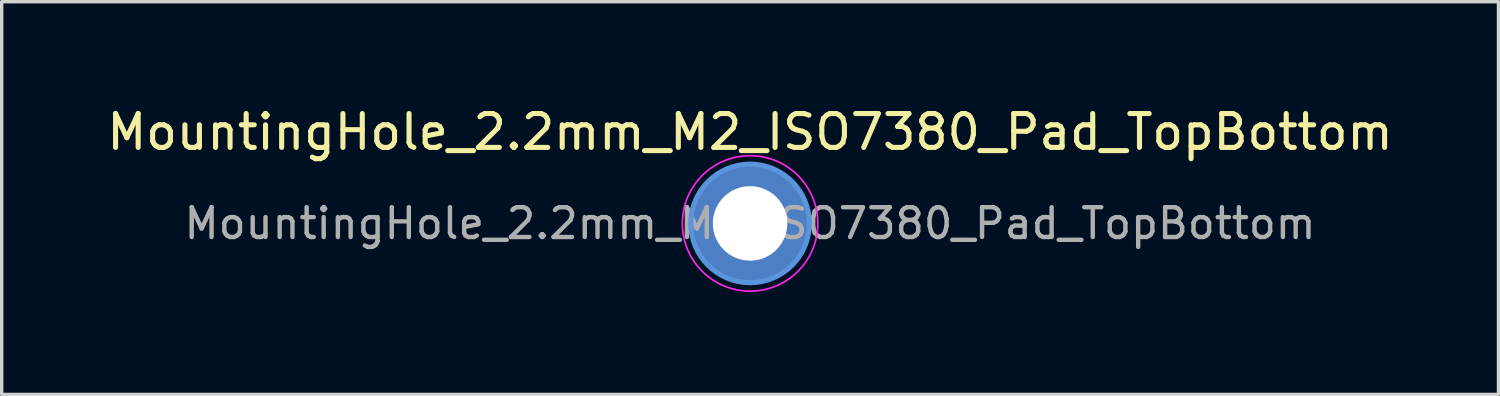
<source format=kicad_pcb>
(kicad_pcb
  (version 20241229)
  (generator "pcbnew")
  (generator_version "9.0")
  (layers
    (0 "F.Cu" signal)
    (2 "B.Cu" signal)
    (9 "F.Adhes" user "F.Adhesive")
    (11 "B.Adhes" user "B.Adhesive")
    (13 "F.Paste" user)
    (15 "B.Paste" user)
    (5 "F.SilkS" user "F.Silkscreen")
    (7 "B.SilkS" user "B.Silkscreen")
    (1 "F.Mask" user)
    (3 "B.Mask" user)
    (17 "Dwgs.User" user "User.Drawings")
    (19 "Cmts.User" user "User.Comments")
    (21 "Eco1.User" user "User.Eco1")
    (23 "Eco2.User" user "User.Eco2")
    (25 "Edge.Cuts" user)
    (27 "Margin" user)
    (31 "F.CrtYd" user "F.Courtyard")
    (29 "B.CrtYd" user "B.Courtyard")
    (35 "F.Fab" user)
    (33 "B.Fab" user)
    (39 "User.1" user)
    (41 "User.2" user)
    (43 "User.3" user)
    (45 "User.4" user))
  (footprint "MountingHole_2.2mm_M2_ISO7380_Pad_TopBottom"
    (layer "F.Cu")
    (at 19.101 3.548)
    (property "Reference" "MountingHole_2.2mm_M2_ISO7380_Pad_TopBottom" (at 0 -2.7 0) (layer "F.SilkS") (effects (font (size 1 1) (thickness 0.15))))
    (attr exclude_from_pos_files exclude_from_bom)
    (fp_circle (center 0 0) (end 1.75 0) (stroke (width 0.15) (type solid)) (fill no) (layer "Cmts.User"))
    (fp_circle (center 0 0) (end 2 0) (stroke (width 0.05) (type solid)) (fill no) (layer "F.CrtYd"))
    (fp_circle (center 0 0) (end 2 0) (stroke (width 0.1) (type solid)) (fill no) (layer "User.4"))
    (fp_text user "${REFERENCE}" (at 0 0 0) (layer "F.Fab") (effects (font (size 0.88 0.88) (thickness 0.13))))
    (pad "1" thru_hole circle (at 0 0) (size 2.6 2.6) (drill 2.2) (layers "*.Cu" "*.Mask"))
    (pad "1" connect circle (at 0 0) (size 3.5 3.5) (layers "F.Cu" "F.Mask"))
    (pad "1" connect circle (at 0 0) (size 3.5 3.5) (layers "B.Cu" "B.Mask")))
  (gr_rect
    (start -3 -3)
    (end 41.202 8.598)
    (stroke (width 0.1) (type default))
    (fill no)
    (layer "Edge.Cuts")))
</source>
